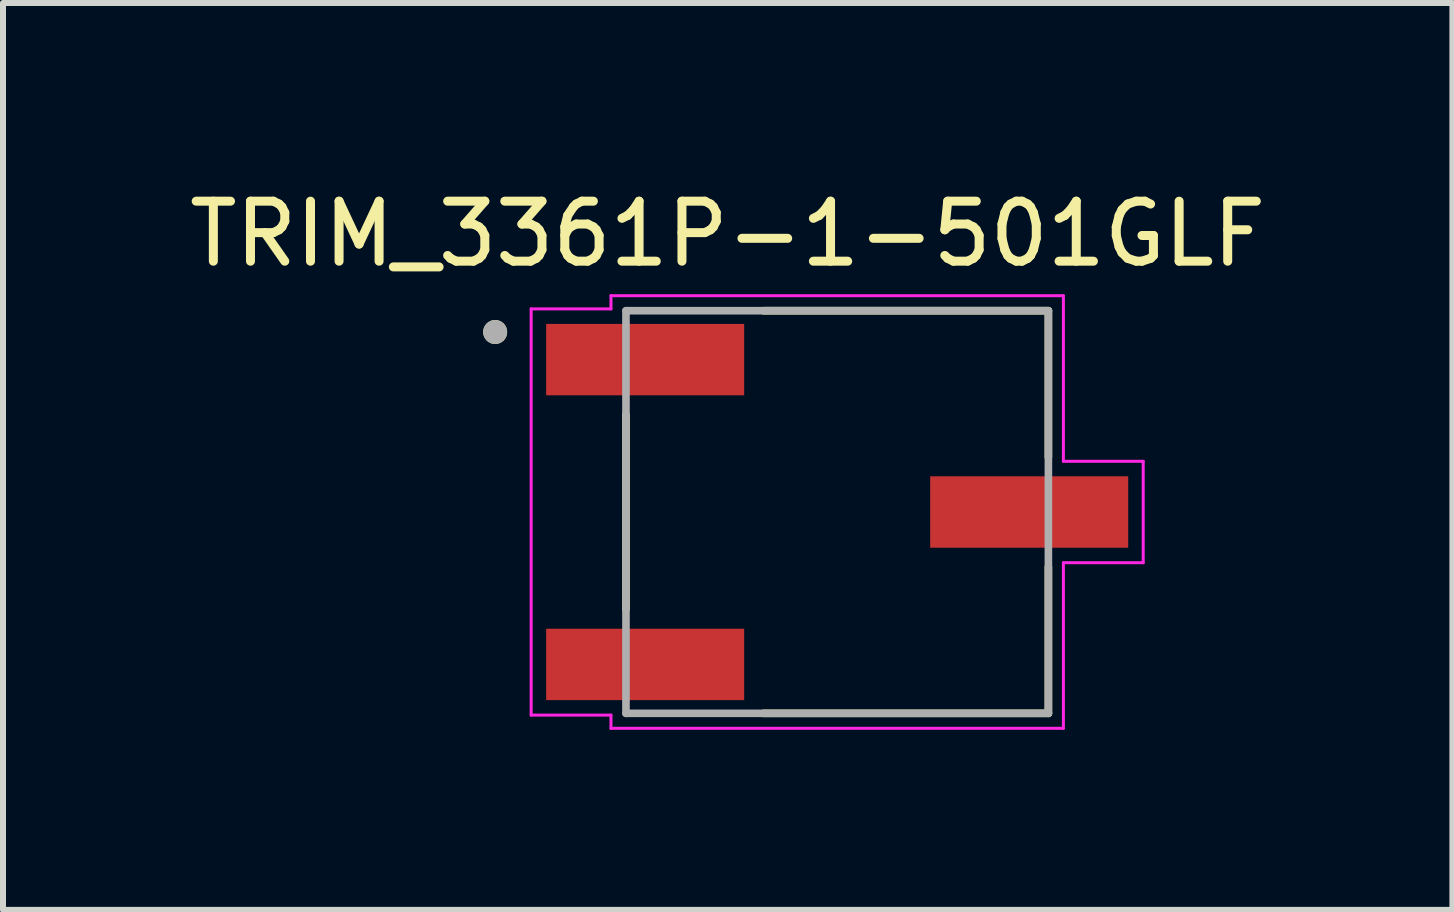
<source format=kicad_pcb>
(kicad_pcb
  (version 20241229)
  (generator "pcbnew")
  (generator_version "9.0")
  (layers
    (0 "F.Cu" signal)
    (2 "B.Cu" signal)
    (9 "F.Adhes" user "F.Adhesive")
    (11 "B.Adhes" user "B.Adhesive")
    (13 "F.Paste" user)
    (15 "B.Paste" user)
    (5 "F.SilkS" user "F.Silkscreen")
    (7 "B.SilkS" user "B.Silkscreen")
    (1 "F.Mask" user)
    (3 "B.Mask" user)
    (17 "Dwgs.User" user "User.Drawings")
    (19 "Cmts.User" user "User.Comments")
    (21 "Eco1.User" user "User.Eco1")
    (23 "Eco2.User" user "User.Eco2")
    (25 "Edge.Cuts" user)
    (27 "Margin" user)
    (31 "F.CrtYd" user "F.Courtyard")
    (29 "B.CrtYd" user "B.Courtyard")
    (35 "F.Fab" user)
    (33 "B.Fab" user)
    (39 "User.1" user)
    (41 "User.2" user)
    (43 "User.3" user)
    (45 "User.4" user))
  (footprint "TRIM_3361P-1-501GLF"
    (layer "F.Cu")
    (at 10.902 5.483)
    (property "Reference" "TRIM_3361P-1-501GLF" (at -1.825 -4.635 0) (layer "F.SilkS") (effects (font (size 1 1) (thickness 0.15))))
    (attr through_hole)
    (fp_line (start -3.52 -1.625) (end -3.52 1.625) (stroke (width 0.127) (type solid)) (layer "F.SilkS"))
    (fp_line (start 3.52 -3.355) (end -1.23 -3.355) (stroke (width 0.127) (type solid)) (layer "F.SilkS"))
    (fp_line (start 3.52 -0.915) (end 3.52 -3.355) (stroke (width 0.127) (type solid)) (layer "F.SilkS"))
    (fp_line (start 3.52 0.915) (end 3.52 3.355) (stroke (width 0.127) (type solid)) (layer "F.SilkS"))
    (fp_line (start 3.52 3.355) (end -1.23 3.355) (stroke (width 0.127) (type solid)) (layer "F.SilkS"))
    (fp_circle (center -5.7 -3) (end -5.6 -3) (stroke (width 0.2) (type solid)) (fill no) (layer "F.SilkS"))
    (fp_line (start -5.1 -3.385) (end -3.77 -3.385) (stroke (width 0.05) (type solid)) (layer "F.CrtYd"))
    (fp_line (start -5.1 3.385) (end -5.1 -3.385) (stroke (width 0.05) (type solid)) (layer "F.CrtYd"))
    (fp_line (start -3.77 -3.605) (end 3.77 -3.605) (stroke (width 0.05) (type solid)) (layer "F.CrtYd"))
    (fp_line (start -3.77 -3.385) (end -3.77 -3.605) (stroke (width 0.05) (type solid)) (layer "F.CrtYd"))
    (fp_line (start -3.77 3.385) (end -5.1 3.385) (stroke (width 0.05) (type solid)) (layer "F.CrtYd"))
    (fp_line (start -3.77 3.605) (end -3.77 3.385) (stroke (width 0.05) (type solid)) (layer "F.CrtYd"))
    (fp_line (start 3.77 -3.605) (end 3.77 -0.845) (stroke (width 0.05) (type solid)) (layer "F.CrtYd"))
    (fp_line (start 3.77 -0.845) (end 5.1 -0.845) (stroke (width 0.05) (type solid)) (layer "F.CrtYd"))
    (fp_line (start 3.77 0.845) (end 3.77 3.605) (stroke (width 0.05) (type solid)) (layer "F.CrtYd"))
    (fp_line (start 3.77 3.605) (end -3.77 3.605) (stroke (width 0.05) (type solid)) (layer "F.CrtYd"))
    (fp_line (start 5.1 -0.845) (end 5.1 0.845) (stroke (width 0.05) (type solid)) (layer "F.CrtYd"))
    (fp_line (start 5.1 0.845) (end 3.77 0.845) (stroke (width 0.05) (type solid)) (layer "F.CrtYd"))
    (fp_line (start -3.52 -3.355) (end -3.52 3.355) (stroke (width 0.127) (type solid)) (layer "F.Fab"))
    (fp_line (start -3.52 3.355) (end 3.52 3.355) (stroke (width 0.127) (type solid)) (layer "F.Fab"))
    (fp_line (start 3.52 -3.355) (end -3.52 -3.355) (stroke (width 0.127) (type solid)) (layer "F.Fab"))
    (fp_line (start 3.52 3.355) (end 3.52 -3.355) (stroke (width 0.127) (type solid)) (layer "F.Fab"))
    (fp_circle (center -5.7 -3) (end -5.6 -3) (stroke (width 0.2) (type solid)) (fill no) (layer "F.Fab"))
    (pad "1" smd rect (at -3.2 -2.54) (size 3.3 1.19) (layers "F.Cu" "F.Mask" "F.Paste"))
    (pad "2" smd rect (at 3.2 0) (size 3.3 1.19) (layers "F.Cu" "F.Mask" "F.Paste"))
    (pad "3" smd rect (at -3.2 2.54) (size 3.3 1.19) (layers "F.Cu" "F.Mask" "F.Paste")))
  (gr_rect
    (start -3 -3)
    (end 21.155 12.113)
    (stroke (width 0.1) (type default))
    (fill no)
    (layer "Edge.Cuts")))
</source>
